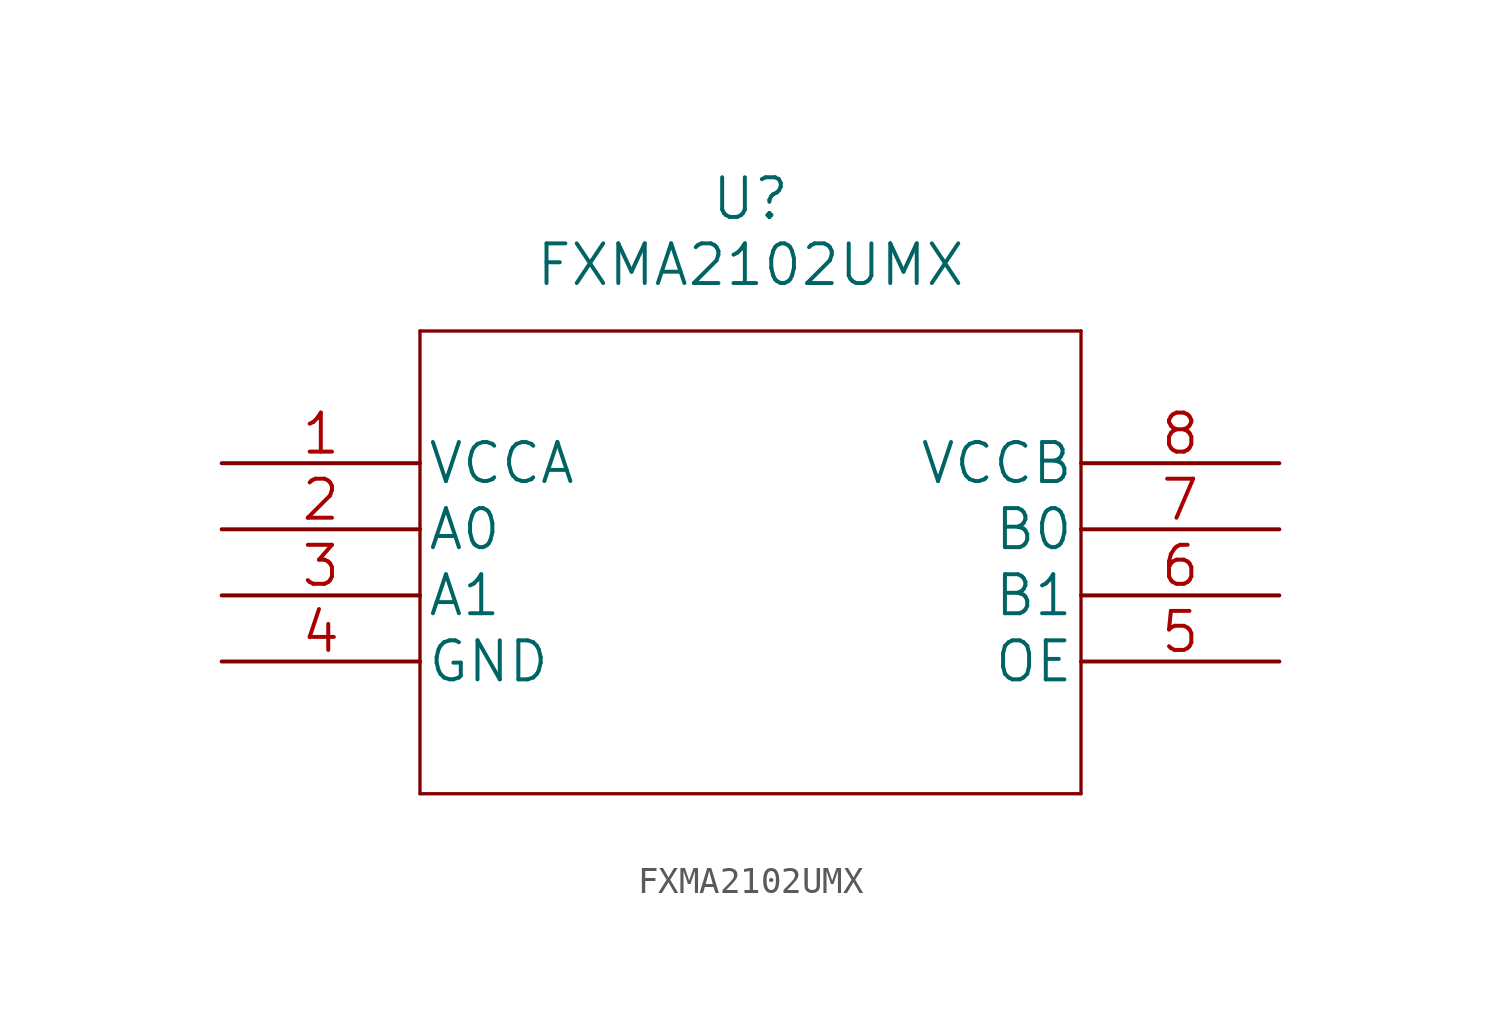
<source format=kicad_sym>
(kicad_symbol_lib
  (version 20211014)
  (generator kicad_symbol_editor)
  (symbol "FXMA2102UMX"
    (pin_names
      (offset 0.254))
    (property "Reference" "U"
      (at 20.32 10.16 0)
      (effects (font (size 1.524 1.524))))
    (property "Value" "FXMA2102UMX"
      (at 20.32 7.62 0)
      (effects (font (size 1.524 1.524))))
    (property "Datasheet" ""
      (at 0 0 0)
      (effects (font (size 1.524 1.524))))
    (property "ki_locked" ""
      (at 0 0 0)
      (effects (font (size 1.27 1.27))))
    (symbol "FXMA2102UMX_1_1"
      (polyline (pts (xy 7.62 -12.7) (xy 33.02 -12.7)) (stroke (width 0.127) (type default) (color 0 0 0 0)) (fill (type none)))
      (polyline (pts (xy 7.62 5.08) (xy 7.62 -12.7)) (stroke (width 0.127) (type default) (color 0 0 0 0)) (fill (type none)))
      (polyline (pts (xy 33.02 -12.7) (xy 33.02 5.08)) (stroke (width 0.127) (type default) (color 0 0 0 0)) (fill (type none)))
      (polyline (pts (xy 33.02 5.08) (xy 7.62 5.08)) (stroke (width 0.127) (type default) (color 0 0 0 0)) (fill (type none)))
      (pin power_in line (at 0 0 0) (length 7.62) (name "VCCA" (effects (font (size 1.499 1.499)))) (number "1" (effects (font (size 1.499 1.499)))))
      (pin bidirectional line (at 0 -2.54 0) (length 7.62) (name "A0" (effects (font (size 1.499 1.499)))) (number "2" (effects (font (size 1.499 1.499)))))
      (pin bidirectional line (at 0 -5.08 0) (length 7.62) (name "A1" (effects (font (size 1.499 1.499)))) (number "3" (effects (font (size 1.499 1.499)))))
      (pin power_in line (at 0 -7.62 0) (length 7.62) (name "GND" (effects (font (size 1.499 1.499)))) (number "4" (effects (font (size 1.499 1.499)))))
      (pin input line (at 40.64 -7.62 180) (length 7.62) (name "OE" (effects (font (size 1.499 1.499)))) (number "5" (effects (font (size 1.499 1.499)))))
      (pin bidirectional line (at 40.64 -5.08 180) (length 7.62) (name "B1" (effects (font (size 1.499 1.499)))) (number "6" (effects (font (size 1.499 1.499)))))
      (pin bidirectional line (at 40.64 -2.54 180) (length 7.62) (name "B0" (effects (font (size 1.499 1.499)))) (number "7" (effects (font (size 1.499 1.499)))))
      (pin power_in line (at 40.64 0 180) (length 7.62) (name "VCCB" (effects (font (size 1.499 1.499)))) (number "8" (effects (font (size 1.499 1.499))))))))
</source>
